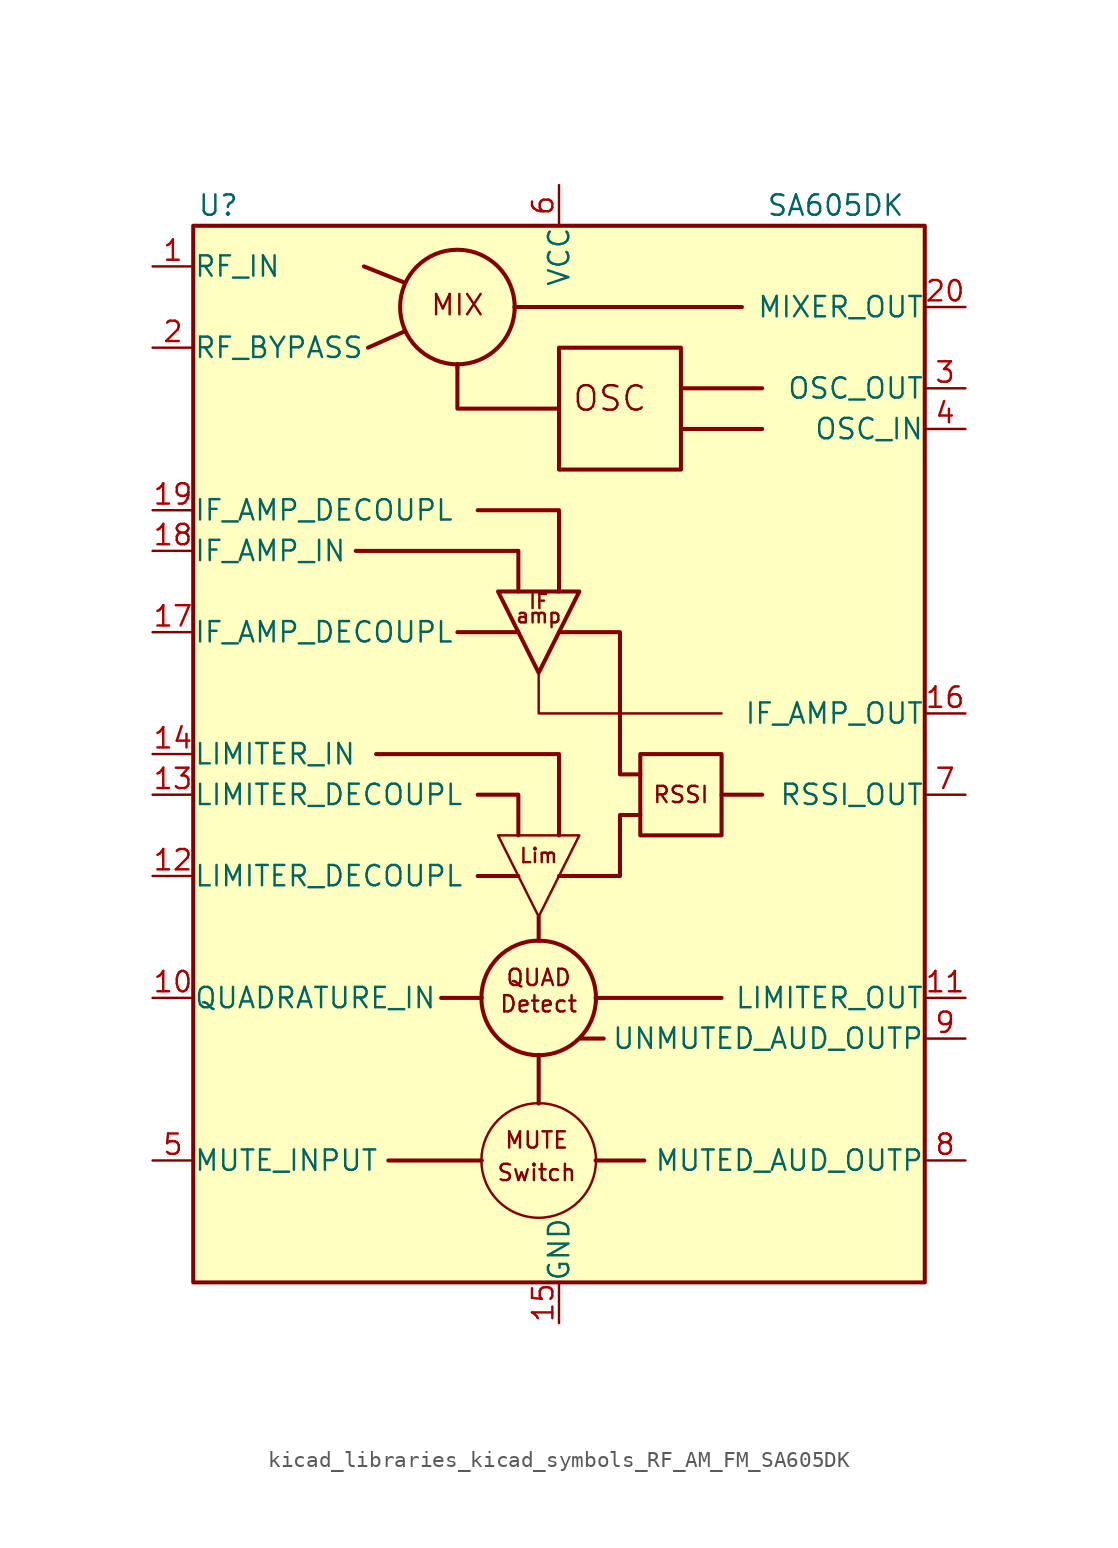
<source format=kicad_sym>
(kicad_symbol_lib
  (version 20220914)
  (generator kicad_symbol_editor)
  (symbol "kicad_libraries_kicad_symbols_RF_AM_FM_SA605DK"
    (pin_names
      (offset 0.025))
    (property "Reference" "U"
      (at -22.606 24.13 0)
      (effects (font (size 1.27 1.27)) (justify left)))
    (property "Value" "SA605DK"
      (at 12.954 24.13 0)
      (effects (font (size 1.27 1.27)) (justify left)))
    (symbol "kicad_libraries_kicad_symbols_RF_AM_FM_SA605DK_0_0"
      (circle (center -1.27 -35.56) (radius 3.581) (stroke (width 0) (type default)) (fill (type none)))
      (circle (center -1.27 -25.4) (radius 3.581) (stroke (width 0.254) (type default)) (fill (type none)))
      (polyline (pts (xy -12.192 20.32) (xy -9.652 19.304)) (stroke (width 0.254) (type default)) (fill (type none)))
      (polyline (pts (xy -11.938 15.24) (xy -9.652 16.256)) (stroke (width 0.254) (type default)) (fill (type none)))
      (polyline (pts (xy -6.35 -2.54) (xy -2.54 -2.54)) (stroke (width 0.254) (type default)) (fill (type none)))
      (polyline (pts (xy -6.35 13.97) (xy -6.35 14.224)) (stroke (width 0.254) (type default)) (fill (type none)))
      (polyline (pts (xy -4.826 -35.56) (xy -10.668 -35.56)) (stroke (width 0.254) (type default)) (fill (type none)))
      (polyline (pts (xy -4.826 -25.4) (xy -7.366 -25.4)) (stroke (width 0.254) (type default)) (fill (type none)))
      (polyline (pts (xy -2.54 -17.78) (xy -5.08 -17.78)) (stroke (width 0.254) (type default)) (fill (type none)))
      (polyline (pts (xy -2.54 17.78) (xy -2.794 17.78)) (stroke (width 0.254) (type default)) (fill (type none)))
      (polyline (pts (xy -1.27 -28.956) (xy -1.27 -32.004)) (stroke (width 0.254) (type default)) (fill (type none)))
      (polyline (pts (xy -1.27 -20.32) (xy -1.27 -21.844)) (stroke (width 0.254) (type default)) (fill (type none)))
      (polyline (pts (xy 1.27 -27.94) (xy 2.794 -27.94)) (stroke (width 0.254) (type default)) (fill (type none)))
      (polyline (pts (xy 2.286 -35.56) (xy 5.334 -35.56)) (stroke (width 0.254) (type default)) (fill (type none)))
      (polyline (pts (xy 2.286 -25.4) (xy 10.16 -25.4)) (stroke (width 0.254) (type default)) (fill (type none)))
      (polyline (pts (xy 7.62 10.16) (xy 12.7 10.16)) (stroke (width 0.254) (type default)) (fill (type none)))
      (polyline (pts (xy 10.16 -12.7) (xy 12.7 -12.7)) (stroke (width 0.254) (type default)) (fill (type none)))
      (polyline (pts (xy 11.43 17.78) (xy -2.54 17.78)) (stroke (width 0.254) (type default)) (fill (type none)))
      (polyline (pts (xy 12.7 12.7) (xy 7.62 12.7)) (stroke (width 0.254) (type default)) (fill (type none)))
      (polyline (pts (xy -12.7 2.54) (xy -2.54 2.54) (xy -2.54 0)) (stroke (width 0.254) (type default)) (fill (type none)))
      (polyline (pts (xy -11.43 -10.16) (xy 0 -10.16) (xy 0 -15.24)) (stroke (width 0.254) (type default)) (fill (type none)))
      (polyline (pts (xy -5.08 5.08) (xy 0 5.08) (xy 0 0)) (stroke (width 0.254) (type default)) (fill (type none)))
      (polyline (pts (xy -2.54 -15.24) (xy -2.54 -12.7) (xy -5.08 -12.7)) (stroke (width 0.254) (type default)) (fill (type none)))
      (polyline (pts (xy 0 11.43) (xy -6.35 11.43) (xy -6.35 13.97)) (stroke (width 0.254) (type default)) (fill (type none)))
      (polyline (pts (xy 0 -17.78) (xy 3.81 -17.78) (xy 3.81 -13.97) (xy 5.08 -13.97)) (stroke (width 0.254) (type default)) (fill (type none)))
      (polyline (pts (xy 0 -2.54) (xy 3.81 -2.54) (xy 3.81 -11.43) (xy 5.08 -11.43)) (stroke (width 0.254) (type default)) (fill (type none)))
      (polyline (pts (xy 1.27 -15.24) (xy -3.81 -15.24) (xy -1.27 -20.32) (xy 1.27 -15.24) (xy 1.27 -15.24)) (stroke (width 0) (type default)) (fill (type background)))
      (polyline (pts (xy 1.27 0) (xy -3.81 0) (xy -1.27 -5.08) (xy 1.27 0) (xy 1.27 0)) (stroke (width 0.254) (type default)) (fill (type background)))
      (text "amp" (at -1.27 -1.524 0) (effects (font (size 0.889 0.889))))
      (text "Detect" (at -1.27 -25.781 0) (effects (font (size 1.016 1.016))))
      (text "IF" (at -1.27 -0.635 0) (effects (font (size 0.889 0.889))))
      (text "Lim" (at -1.27 -16.51 0) (effects (font (size 0.889 0.889))))
      (text "MIX" (at -6.35 17.907 0) (effects (font (size 1.27 1.27))))
      (text "MUTE" (at -1.397 -34.29 0) (effects (font (size 1.016 1.016))))
      (text "OSC" (at 3.175 12.065 0) (effects (font (size 1.524 1.524))))
      (text "QUAD" (at -1.27 -24.13 0) (effects (font (size 1.016 1.016))))
      (text "RSSI" (at 7.62 -12.7 0) (effects (font (size 1.016 1.016))))
      (text "Switch" (at -1.397 -36.322 0) (effects (font (size 1.016 1.016)))))
    (symbol "kicad_libraries_kicad_symbols_RF_AM_FM_SA605DK_0_1"
      (rectangle (start -22.86 22.86) (end 22.86 -43.18) (stroke (width 0.254) (type default)) (fill (type background)))
      (circle (center -6.35 17.78) (radius 3.581) (stroke (width 0.254) (type default)) (fill (type none)))
      (polyline (pts (xy -1.27 -5.08) (xy -1.27 -7.62) (xy 10.16 -7.62)) (stroke (width 0) (type default)) (fill (type none)))
      (rectangle (start 0 15.24) (end 7.62 7.62) (stroke (width 0.254) (type default)) (fill (type none)))
      (rectangle (start 5.08 -10.16) (end 10.16 -15.24) (stroke (width 0.254) (type default)) (fill (type none))))
    (symbol "kicad_libraries_kicad_symbols_RF_AM_FM_SA605DK_1_1"
      (pin input line (at -25.4 20.32 0) (length 2.54) (name "RF_IN" (effects (font (size 1.27 1.27)))) (number "1" (effects (font (size 1.27 1.27)))))
      (pin input line (at -25.4 -25.4 0) (length 2.54) (name "QUADRATURE_IN" (effects (font (size 1.27 1.27)))) (number "10" (effects (font (size 1.27 1.27)))))
      (pin output line (at 25.4 -25.4 180) (length 2.54) (name "LIMITER_OUT" (effects (font (size 1.27 1.27)))) (number "11" (effects (font (size 1.27 1.27)))))
      (pin input line (at -25.4 -17.78 0) (length 2.54) (name "LIMITER_DECOUPL" (effects (font (size 1.27 1.27)))) (number "12" (effects (font (size 1.27 1.27)))))
      (pin input line (at -25.4 -12.7 0) (length 2.54) (name "LIMITER_DECOUPL" (effects (font (size 1.27 1.27)))) (number "13" (effects (font (size 1.27 1.27)))))
      (pin input line (at -25.4 -10.16 0) (length 2.54) (name "LIMITER_IN" (effects (font (size 1.27 1.27)))) (number "14" (effects (font (size 1.27 1.27)))))
      (pin power_in line (at 0 -45.72 90) (length 2.54) (name "GND" (effects (font (size 1.27 1.27)))) (number "15" (effects (font (size 1.27 1.27)))))
      (pin output line (at 25.4 -7.62 180) (length 2.54) (name "IF_AMP_OUT" (effects (font (size 1.27 1.27)))) (number "16" (effects (font (size 1.27 1.27)))))
      (pin input line (at -25.4 -2.54 0) (length 2.54) (name "IF_AMP_DECOUPL" (effects (font (size 1.27 1.27)))) (number "17" (effects (font (size 1.27 1.27)))))
      (pin input line (at -25.4 2.54 0) (length 2.54) (name "IF_AMP_IN" (effects (font (size 1.27 1.27)))) (number "18" (effects (font (size 1.27 1.27)))))
      (pin input line (at -25.4 5.08 0) (length 2.54) (name "IF_AMP_DECOUPL" (effects (font (size 1.27 1.27)))) (number "19" (effects (font (size 1.27 1.27)))))
      (pin input line (at -25.4 15.24 0) (length 2.54) (name "RF_BYPASS" (effects (font (size 1.27 1.27)))) (number "2" (effects (font (size 1.27 1.27)))))
      (pin output line (at 25.4 17.78 180) (length 2.54) (name "MIXER_OUT" (effects (font (size 1.27 1.27)))) (number "20" (effects (font (size 1.27 1.27)))))
      (pin output line (at 25.4 12.7 180) (length 2.54) (name "OSC_OUT" (effects (font (size 1.27 1.27)))) (number "3" (effects (font (size 1.27 1.27)))))
      (pin input line (at 25.4 10.16 180) (length 2.54) (name "OSC_IN" (effects (font (size 1.27 1.27)))) (number "4" (effects (font (size 1.27 1.27)))))
      (pin input line (at -25.4 -35.56 0) (length 2.54) (name "MUTE_INPUT" (effects (font (size 1.27 1.27)))) (number "5" (effects (font (size 1.27 1.27)))))
      (pin power_in line (at 0 25.4 270) (length 2.54) (name "VCC" (effects (font (size 1.27 1.27)))) (number "6" (effects (font (size 1.27 1.27)))))
      (pin output line (at 25.4 -12.7 180) (length 2.54) (name "RSSI_OUT" (effects (font (size 1.27 1.27)))) (number "7" (effects (font (size 1.27 1.27)))))
      (pin output line (at 25.4 -35.56 180) (length 2.54) (name "MUTED_AUD_OUTP" (effects (font (size 1.27 1.27)))) (number "8" (effects (font (size 1.27 1.27)))))
      (pin output line (at 25.4 -27.94 180) (length 2.54) (name "UNMUTED_AUD_OUTP" (effects (font (size 1.27 1.27)))) (number "9" (effects (font (size 1.27 1.27))))))))
</source>
